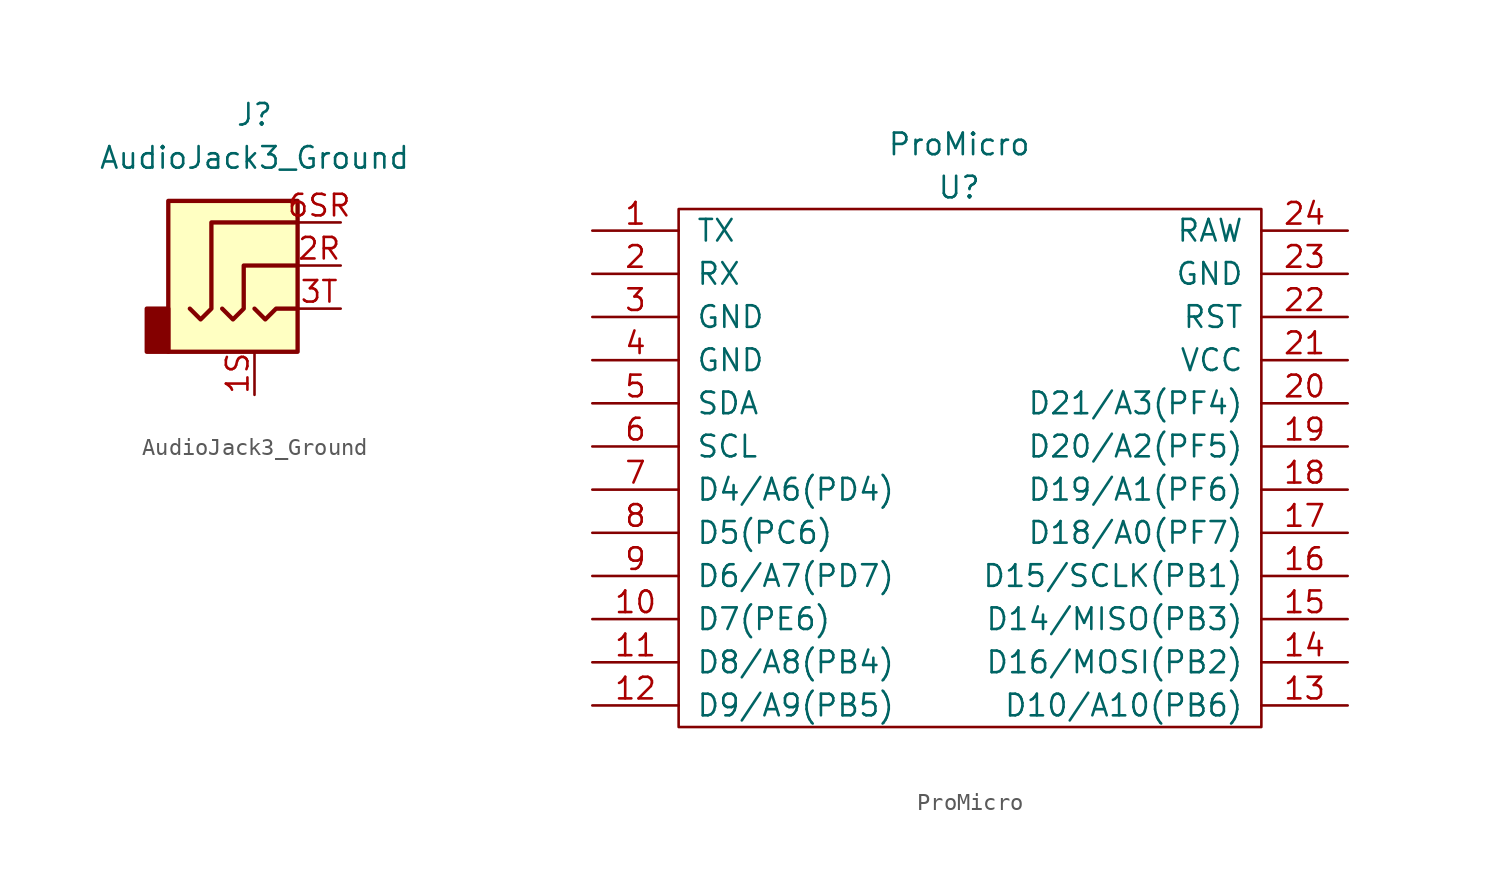
<source format=kicad_sym>
(kicad_symbol_lib
  (version 20220914)
  (generator kicad_symbol_editor)
  (symbol "AudioJack3_Ground"
    (property "Reference" "J"
      (at 0 8.89 0)
      (effects (font (size 1.27 1.27))))
    (property "Value" "AudioJack3_Ground"
      (at 0 6.35 0)
      (effects (font (size 1.27 1.27))))
    (symbol "AudioJack3_Ground_0_1"
      (rectangle (start -5.08 -2.54) (end -6.35 -5.08) (stroke (width 0.254) (type solid)) (fill (type outline)))
      (polyline (pts (xy 0 -2.54) (xy 0.635 -3.175) (xy 1.27 -2.54) (xy 2.54 -2.54)) (stroke (width 0.254) (type solid)) (fill (type none)))
      (polyline (pts (xy -1.905 -2.54) (xy -1.27 -3.175) (xy -0.635 -2.54) (xy -0.635 0) (xy 2.54 0)) (stroke (width 0.254) (type solid)) (fill (type none)))
      (polyline (pts (xy 2.54 2.54) (xy -2.54 2.54) (xy -2.54 -2.54) (xy -3.175 -3.175) (xy -3.81 -2.54)) (stroke (width 0.254) (type solid)) (fill (type none)))
      (rectangle (start 2.54 3.81) (end -5.08 -5.08) (stroke (width 0.254) (type solid)) (fill (type background))))
    (symbol "AudioJack3_Ground_1_1"
      (pin passive line (at 0 -7.62 90) (length 2.54) (name "~" (effects (font (size 1.27 1.27)))) (number "1S" (effects (font (size 1.27 1.27)))))
      (pin passive line (at 5.08 0 180) (length 2.54) (name "~" (effects (font (size 1.27 1.27)))) (number "2R" (effects (font (size 1.27 1.27)))))
      (pin passive line (at 5.08 -2.54 180) (length 2.54) (name "~" (effects (font (size 1.27 1.27)))) (number "3T" (effects (font (size 1.27 1.27)))))
      (pin passive line (at 5.08 2.54 180) (length 2.54) (name "~" (effects (font (size 1.27 1.27)))) (number "6SR" (effects (font (size 1.27 1.27)))))))
  (symbol "ProMicro"
    (pin_names
      (offset 1.016))
    (property "Reference" "U"
      (at 0 16.51 0)
      (effects (font (size 1.27 1.27))))
    (property "Value" "ProMicro"
      (at 0 19.05 0)
      (effects (font (size 1.27 1.27))))
    (symbol "ProMicro_0_1"
      (rectangle (start 17.78 -15.24) (end -16.51 15.24) (stroke (width 0) (type solid)) (fill (type none))))
    (symbol "ProMicro_1_1"
      (pin bidirectional line (at -21.59 13.97 0) (length 5.08) (name "TX" (effects (font (size 1.27 1.27)))) (number "1" (effects (font (size 1.27 1.27)))))
      (pin bidirectional line (at -21.59 -8.89 0) (length 5.08) (name "D7(PE6)" (effects (font (size 1.27 1.27)))) (number "10" (effects (font (size 1.27 1.27)))))
      (pin bidirectional line (at -21.59 -11.43 0) (length 5.08) (name "D8/A8(PB4)" (effects (font (size 1.27 1.27)))) (number "11" (effects (font (size 1.27 1.27)))))
      (pin bidirectional line (at -21.59 -13.97 0) (length 5.08) (name "D9/A9(PB5)" (effects (font (size 1.27 1.27)))) (number "12" (effects (font (size 1.27 1.27)))))
      (pin bidirectional line (at 22.86 -13.97 180) (length 5.08) (name "D10/A10(PB6)" (effects (font (size 1.27 1.27)))) (number "13" (effects (font (size 1.27 1.27)))))
      (pin bidirectional line (at 22.86 -11.43 180) (length 5.08) (name "D16/MOSI(PB2)" (effects (font (size 1.27 1.27)))) (number "14" (effects (font (size 1.27 1.27)))))
      (pin bidirectional line (at 22.86 -8.89 180) (length 5.08) (name "D14/MISO(PB3)" (effects (font (size 1.27 1.27)))) (number "15" (effects (font (size 1.27 1.27)))))
      (pin bidirectional line (at 22.86 -6.35 180) (length 5.08) (name "D15/SCLK(PB1)" (effects (font (size 1.27 1.27)))) (number "16" (effects (font (size 1.27 1.27)))))
      (pin bidirectional line (at 22.86 -3.81 180) (length 5.08) (name "D18/A0(PF7)" (effects (font (size 1.27 1.27)))) (number "17" (effects (font (size 1.27 1.27)))))
      (pin bidirectional line (at 22.86 -1.27 180) (length 5.08) (name "D19/A1(PF6)" (effects (font (size 1.27 1.27)))) (number "18" (effects (font (size 1.27 1.27)))))
      (pin bidirectional line (at 22.86 1.27 180) (length 5.08) (name "D20/A2(PF5)" (effects (font (size 1.27 1.27)))) (number "19" (effects (font (size 1.27 1.27)))))
      (pin bidirectional line (at -21.59 11.43 0) (length 5.08) (name "RX" (effects (font (size 1.27 1.27)))) (number "2" (effects (font (size 1.27 1.27)))))
      (pin bidirectional line (at 22.86 3.81 180) (length 5.08) (name "D21/A3(PF4)" (effects (font (size 1.27 1.27)))) (number "20" (effects (font (size 1.27 1.27)))))
      (pin power_in line (at 22.86 6.35 180) (length 5.08) (name "VCC" (effects (font (size 1.27 1.27)))) (number "21" (effects (font (size 1.27 1.27)))))
      (pin input line (at 22.86 8.89 180) (length 5.08) (name "RST" (effects (font (size 1.27 1.27)))) (number "22" (effects (font (size 1.27 1.27)))))
      (pin power_in line (at 22.86 11.43 180) (length 5.08) (name "GND" (effects (font (size 1.27 1.27)))) (number "23" (effects (font (size 1.27 1.27)))))
      (pin power_in line (at 22.86 13.97 180) (length 5.08) (name "RAW" (effects (font (size 1.27 1.27)))) (number "24" (effects (font (size 1.27 1.27)))))
      (pin power_in line (at -21.59 8.89 0) (length 5.08) (name "GND" (effects (font (size 1.27 1.27)))) (number "3" (effects (font (size 1.27 1.27)))))
      (pin power_in line (at -21.59 6.35 0) (length 5.08) (name "GND" (effects (font (size 1.27 1.27)))) (number "4" (effects (font (size 1.27 1.27)))))
      (pin bidirectional line (at -21.59 3.81 0) (length 5.08) (name "SDA" (effects (font (size 1.27 1.27)))) (number "5" (effects (font (size 1.27 1.27)))))
      (pin bidirectional line (at -21.59 1.27 0) (length 5.08) (name "SCL" (effects (font (size 1.27 1.27)))) (number "6" (effects (font (size 1.27 1.27)))))
      (pin bidirectional line (at -21.59 -1.27 0) (length 5.08) (name "D4/A6(PD4)" (effects (font (size 1.27 1.27)))) (number "7" (effects (font (size 1.27 1.27)))))
      (pin bidirectional line (at -21.59 -3.81 0) (length 5.08) (name "D5(PC6)" (effects (font (size 1.27 1.27)))) (number "8" (effects (font (size 1.27 1.27)))))
      (pin bidirectional line (at -21.59 -6.35 0) (length 5.08) (name "D6/A7(PD7)" (effects (font (size 1.27 1.27)))) (number "9" (effects (font (size 1.27 1.27))))))))
</source>
